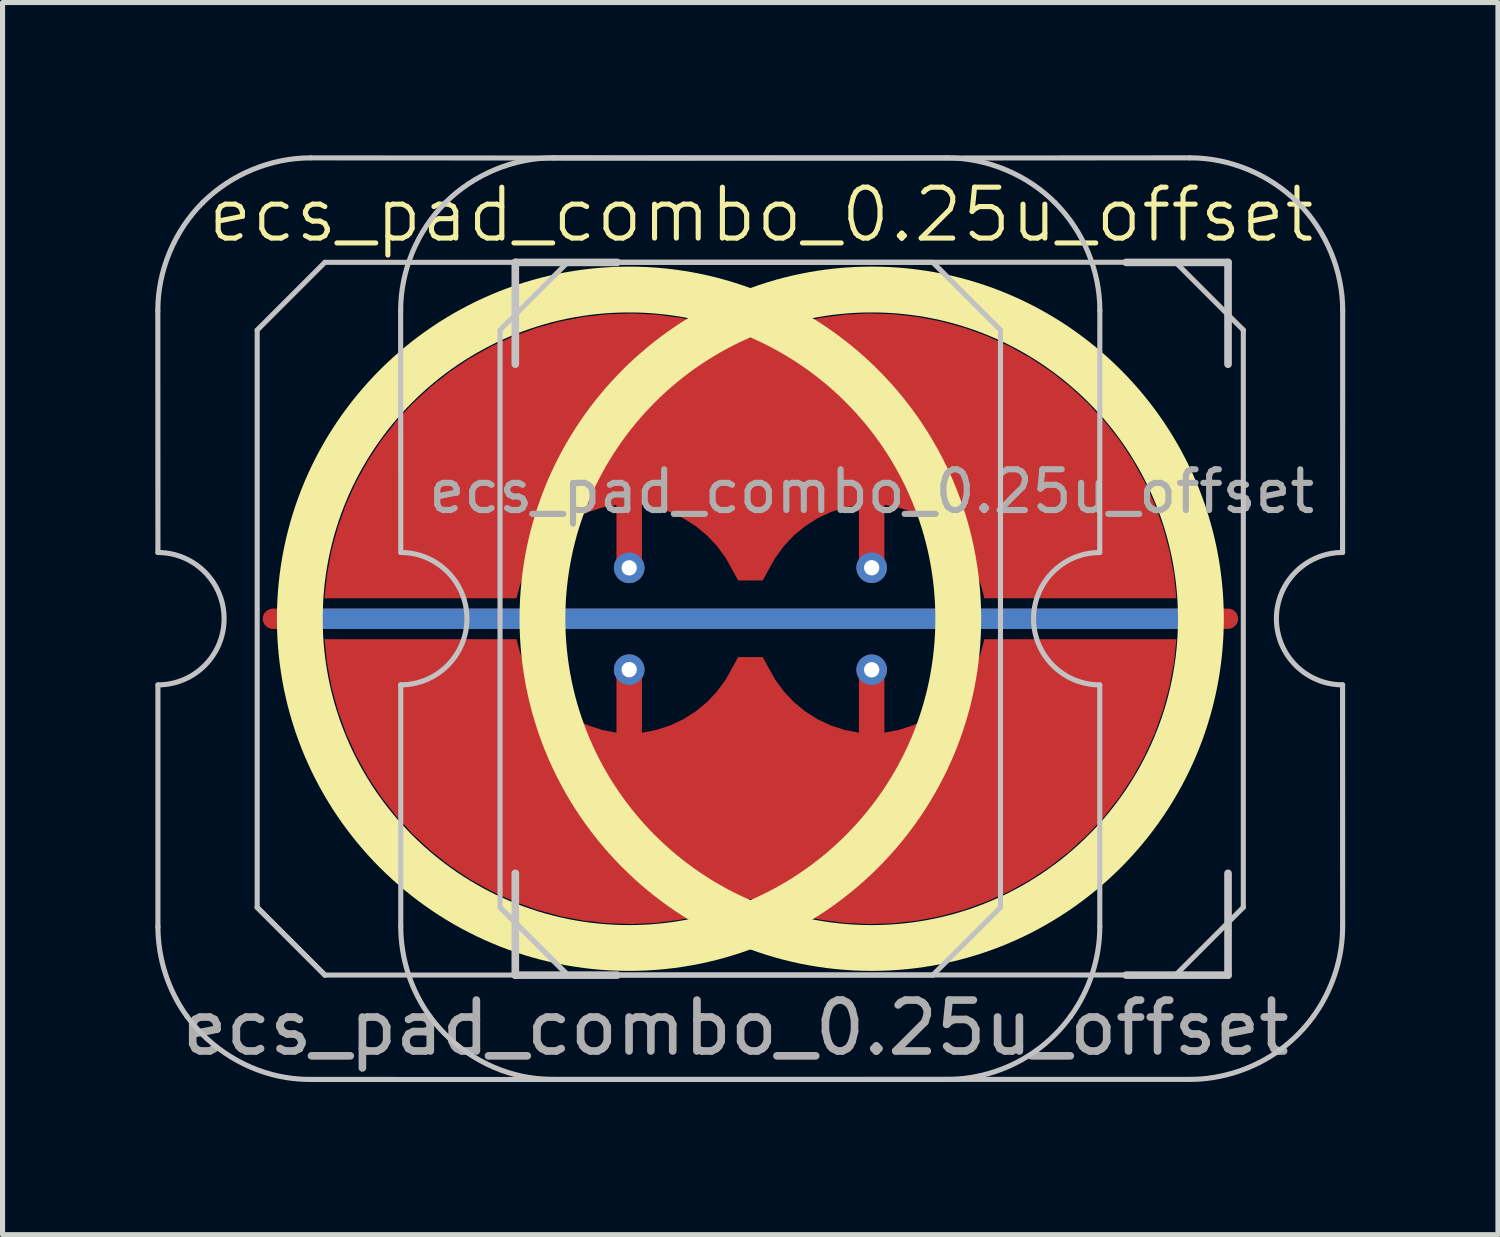
<source format=kicad_pcb>
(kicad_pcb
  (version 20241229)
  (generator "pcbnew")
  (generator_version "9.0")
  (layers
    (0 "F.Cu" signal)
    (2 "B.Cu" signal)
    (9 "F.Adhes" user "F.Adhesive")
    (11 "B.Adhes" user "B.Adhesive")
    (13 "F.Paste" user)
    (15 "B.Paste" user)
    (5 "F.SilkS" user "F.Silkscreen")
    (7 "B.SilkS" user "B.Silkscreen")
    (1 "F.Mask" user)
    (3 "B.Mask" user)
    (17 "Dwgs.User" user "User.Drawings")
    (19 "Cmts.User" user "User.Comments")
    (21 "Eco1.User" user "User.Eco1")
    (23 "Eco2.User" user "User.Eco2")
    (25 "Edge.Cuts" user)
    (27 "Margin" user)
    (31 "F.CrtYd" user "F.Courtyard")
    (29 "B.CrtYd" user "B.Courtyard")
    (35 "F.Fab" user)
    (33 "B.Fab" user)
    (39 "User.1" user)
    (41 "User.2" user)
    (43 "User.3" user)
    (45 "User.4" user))
  (footprint "ecs_pad_combo_0.25u_offset"
    (layer "F.Cu")
    (at 14.072 9.104)
    (property "Reference" "ecs_pad_combo_0.25u_offset" (at -2.17 -7.935 0) (unlocked yes) (layer "F.SilkS") (effects (font (size 1 1) (thickness 0.1))))
    (attr smd)
    (fp_circle (center -4.766 0) (end 1.701 0) (stroke (width 0.9) (type solid)) (fill no) (layer "F.SilkS"))
    (fp_circle (center 0 0) (end 6.467 0) (stroke (width 0.9) (type solid)) (fill no) (layer "F.SilkS"))
    (fp_line (start -14.022 -6.052) (end -14.02 -1.301) (stroke (width 0.1) (type solid)) (layer "Dwgs.User"))
    (fp_line (start -14.02 1.299) (end -14.02 6.048) (stroke (width 0.1) (type solid)) (layer "Dwgs.User"))
    (fp_line (start -12.07 -5.671) (end -10.74 -7.001) (stroke (width 0.1) (type solid)) (layer "Dwgs.User"))
    (fp_line (start -12.07 5.669) (end -12.07 -5.671) (stroke (width 0.1) (type solid)) (layer "Dwgs.User"))
    (fp_line (start -12.07 5.669) (end -10.74 6.999) (stroke (width 0.1) (type solid)) (layer "Dwgs.User"))
    (fp_line (start -10.74 -7.001) (end 1.2 -7.001) (stroke (width 0.1) (type solid)) (layer "Dwgs.User"))
    (fp_line (start -10.74 6.999) (end -12.07 5.669) (stroke (width 0.1) (type solid)) (layer "Dwgs.User"))
    (fp_line (start -9.252 -6.052) (end -9.25 -1.302) (stroke (width 0.1) (type solid)) (layer "Dwgs.User"))
    (fp_line (start -9.25 1.298) (end -9.25 6.047) (stroke (width 0.1) (type solid)) (layer "Dwgs.User"))
    (fp_line (start -7.3 -5.672) (end -5.97 -7.002) (stroke (width 0.1) (type solid)) (layer "Dwgs.User"))
    (fp_line (start -7.3 5.668) (end -7.3 -5.672) (stroke (width 0.1) (type solid)) (layer "Dwgs.User"))
    (fp_line (start -7.3 5.668) (end -5.97 6.998) (stroke (width 0.1) (type solid)) (layer "Dwgs.User"))
    (fp_line (start -7 -7) (end -7 -5) (stroke (width 0.15) (type solid)) (layer "Dwgs.User"))
    (fp_line (start -7 5) (end -7 7) (stroke (width 0.15) (type solid)) (layer "Dwgs.User"))
    (fp_line (start -7 7) (end -5 7) (stroke (width 0.15) (type solid)) (layer "Dwgs.User"))
    (fp_line (start -5.97 -7.002) (end 5.97 -7.002) (stroke (width 0.1) (type solid)) (layer "Dwgs.User"))
    (fp_line (start -5.97 6.998) (end -7.3 5.668) (stroke (width 0.1) (type solid)) (layer "Dwgs.User"))
    (fp_line (start -5 -7) (end -7 -7) (stroke (width 0.15) (type solid)) (layer "Dwgs.User"))
    (fp_line (start 1.2 -7.001) (end 2.53 -5.671) (stroke (width 0.1) (type solid)) (layer "Dwgs.User"))
    (fp_line (start 1.2 6.999) (end -10.74 6.999) (stroke (width 0.1) (type solid)) (layer "Dwgs.User"))
    (fp_line (start 2.53 -5.671) (end 2.53 5.669) (stroke (width 0.1) (type solid)) (layer "Dwgs.User"))
    (fp_line (start 2.53 5.669) (end 1.2 6.999) (stroke (width 0.1) (type solid)) (layer "Dwgs.User"))
    (fp_line (start 4.48 1.299) (end 4.481 6.048) (stroke (width 0.1) (type solid)) (layer "Dwgs.User"))
    (fp_line (start 4.482 -6.052) (end 4.48 -1.301) (stroke (width 0.1) (type solid)) (layer "Dwgs.User"))
    (fp_line (start 5 -7) (end 7 -7) (stroke (width 0.15) (type solid)) (layer "Dwgs.User"))
    (fp_line (start 5 7) (end 7 7) (stroke (width 0.15) (type solid)) (layer "Dwgs.User"))
    (fp_line (start 5.97 -7.002) (end 7.3 -5.672) (stroke (width 0.1) (type solid)) (layer "Dwgs.User"))
    (fp_line (start 5.97 6.998) (end -5.97 6.998) (stroke (width 0.1) (type solid)) (layer "Dwgs.User"))
    (fp_line (start 7 -7) (end 7 -5) (stroke (width 0.15) (type solid)) (layer "Dwgs.User"))
    (fp_line (start 7 7) (end 7 5) (stroke (width 0.15) (type solid)) (layer "Dwgs.User"))
    (fp_line (start 7.3 -5.672) (end 7.3 5.668) (stroke (width 0.1) (type solid)) (layer "Dwgs.User"))
    (fp_line (start 7.3 5.668) (end 5.97 6.998) (stroke (width 0.1) (type solid)) (layer "Dwgs.User"))
    (fp_line (start 9.25 1.298) (end 9.251 6.047) (stroke (width 0.1) (type solid)) (layer "Dwgs.User"))
    (fp_line (start 9.252 -6.052) (end 9.25 -1.302) (stroke (width 0.1) (type solid)) (layer "Dwgs.User"))
    (fp_arc (start -14.020059 -1.301143) (mid -12.720059 -0.001143) (end -14.020059 1.298857) (stroke (width 0.1) (type solid)) (layer "Dwgs.User"))
    (fp_arc (start -9.25 -1.302) (mid -7.95 -0.002) (end -9.25 1.298) (stroke (width 0.1) (type solid)) (layer "Dwgs.User"))
    (fp_arc (start 4.479941 1.298857) (mid 3.17994 -0.001143) (end 4.479941 -1.301143) (stroke (width 0.1) (type solid)) (layer "Dwgs.User"))
    (fp_arc (start 9.25 1.298) (mid 7.95 -0.002) (end 9.25 -1.302) (stroke (width 0.1) (type solid)) (layer "Dwgs.User"))
    (fp_curve (pts (xy -14.02 6.048) (xy -14.02 6.676) (xy -13.816 7.305) (xy -13.447 7.813)) (stroke (width 0.1) (type solid)) (layer "Dwgs.User"))
    (fp_curve (pts (xy -13.447 7.813) (xy -12.986 8.447) (xy -12.266 8.892) (xy -11.49 9.013)) (stroke (width 0.1) (type solid)) (layer "Dwgs.User"))
    (fp_curve (pts (xy -13.142 -8.173) (xy -13.696 -7.619) (xy -14.024 -6.837) (xy -14.022 -6.052)) (stroke (width 0.1) (type solid)) (layer "Dwgs.User"))
    (fp_curve (pts (xy -11.49 9.013) (xy -11.334 9.038) (xy -11.177 9.049) (xy -11.02 9.049)) (stroke (width 0.1) (type solid)) (layer "Dwgs.User"))
    (fp_curve (pts (xy -11.02 9.049) (xy -6.888 9.051) (xy -2.653 9.049) (xy 1.48 9.049)) (stroke (width 0.1) (type solid)) (layer "Dwgs.User"))
    (fp_curve (pts (xy -11.02 -9.053) (xy -11.805 -9.054) (xy -12.587 -8.727) (xy -13.142 -8.173)) (stroke (width 0.1) (type solid)) (layer "Dwgs.User"))
    (fp_curve (pts (xy -9.25 6.047) (xy -9.25 6.675) (xy -9.046 7.305) (xy -8.677 7.812)) (stroke (width 0.1) (type solid)) (layer "Dwgs.User"))
    (fp_curve (pts (xy -8.677 7.812) (xy -8.215 8.447) (xy -7.496 8.891) (xy -6.72 9.013)) (stroke (width 0.1) (type solid)) (layer "Dwgs.User"))
    (fp_curve (pts (xy -8.372 -8.174) (xy -8.926 -7.62) (xy -9.254 -6.838) (xy -9.252 -6.052)) (stroke (width 0.1) (type solid)) (layer "Dwgs.User"))
    (fp_curve (pts (xy -6.72 9.013) (xy -6.564 9.037) (xy -6.407 9.048) (xy -6.25 9.048)) (stroke (width 0.1) (type solid)) (layer "Dwgs.User"))
    (fp_curve (pts (xy -6.25 9.048) (xy -2.118 9.05) (xy 2.117 9.048) (xy 6.25 9.048)) (stroke (width 0.1) (type solid)) (layer "Dwgs.User"))
    (fp_curve (pts (xy -6.25 -9.054) (xy -7.035 -9.055) (xy -7.817 -8.728) (xy -8.372 -8.174)) (stroke (width 0.1) (type solid)) (layer "Dwgs.User"))
    (fp_curve (pts (xy 1.48 -9.053) (xy -2.654 -9.048) (xy -6.886 -9.048) (xy -11.02 -9.053)) (stroke (width 0.1) (type solid)) (layer "Dwgs.User"))
    (fp_curve (pts (xy 1.48 9.049) (xy 2.108 9.049) (xy 2.734 8.843) (xy 3.243 8.475)) (stroke (width 0.1) (type solid)) (layer "Dwgs.User"))
    (fp_curve (pts (xy 3.243 8.475) (xy 3.497 8.29) (xy 3.722 8.065) (xy 3.906 7.811)) (stroke (width 0.1) (type solid)) (layer "Dwgs.User"))
    (fp_curve (pts (xy 3.601 -8.173) (xy 3.047 -8.727) (xy 2.265 -9.054) (xy 1.48 -9.053)) (stroke (width 0.1) (type solid)) (layer "Dwgs.User"))
    (fp_curve (pts (xy 3.906 7.811) (xy 4.275 7.302) (xy 4.481 6.677) (xy 4.481 6.048)) (stroke (width 0.1) (type solid)) (layer "Dwgs.User"))
    (fp_curve (pts (xy 4.482 -6.052) (xy 4.484 -6.837) (xy 4.156 -7.619) (xy 3.601 -8.173)) (stroke (width 0.1) (type solid)) (layer "Dwgs.User"))
    (fp_curve (pts (xy 6.25 -9.054) (xy 2.116 -9.048) (xy -2.116 -9.048) (xy -6.25 -9.054)) (stroke (width 0.1) (type solid)) (layer "Dwgs.User"))
    (fp_curve (pts (xy 6.25 9.048) (xy 6.878 9.048) (xy 7.504 8.842) (xy 8.013 8.474)) (stroke (width 0.1) (type solid)) (layer "Dwgs.User"))
    (fp_curve (pts (xy 8.013 8.474) (xy 8.267 8.289) (xy 8.492 8.064) (xy 8.676 7.81)) (stroke (width 0.1) (type solid)) (layer "Dwgs.User"))
    (fp_curve (pts (xy 8.372 -8.174) (xy 7.817 -8.728) (xy 7.035 -9.055) (xy 6.25 -9.054)) (stroke (width 0.1) (type solid)) (layer "Dwgs.User"))
    (fp_curve (pts (xy 8.676 7.81) (xy 9.045 7.301) (xy 9.251 6.676) (xy 9.251 6.047)) (stroke (width 0.1) (type solid)) (layer "Dwgs.User"))
    (fp_curve (pts (xy 9.252 -6.052) (xy 9.254 -6.838) (xy 8.926 -7.62) (xy 8.372 -8.174)) (stroke (width 0.1) (type solid)) (layer "Dwgs.User"))
    (fp_circle (center -4.763 0) (end -3.763 0) (stroke (width 0.1) (type default)) (fill no) (layer "Eco1.User"))
    (fp_circle (center 0 0) (end 1 0) (stroke (width 0.1) (type default)) (fill no) (layer "Eco1.User"))
    (fp_text user "${REFERENCE}" (at 0 -2.5 0) (layer "F.Fab") (effects (font (size 0.8 0.8) (thickness 0.12))))
    (fp_text user "${REFERENCE}" (at -2.67 8.035 0) (unlocked yes) (layer "F.Fab") (effects (font (size 1 1) (thickness 0.15))))
    (pad "1" thru_hole circle (at -4.763 -1) (size 0.6 0.6) (drill 0.3) (layers "*.Cu"))
    (pad "1" smd custom (at 0 -1.002 180) (size 0.169 0.169) (layers "F.Cu") (options (anchor circle)) (primitives (gr_poly (pts (xy -0.231 -0.096) (xy -0.177 -0.177) (xy -0.096 -0.231) (xy 0 -0.25) (xy 0.096 -0.231) (xy 0.177 -0.177) (xy 0.231 -0.096) (xy 0.25 0) (xy 0.25 1.236) (xy 0.532 1.182) (xy 0.805 1.093) (xy 1.064 0.971) (xy 1.307 0.817) (xy 1.528 0.635) (xy 1.725 0.426) (xy 1.894 0.194) (xy 2.034 -0.056) (xy 2.141 -0.25) (xy 2.214 -0.25) (xy 2.549 -0.25) (xy 2.622 -0.25) (xy 2.729 -0.056) (xy 2.868 0.194) (xy 3.038 0.426) (xy 3.235 0.635) (xy 3.456 0.817) (xy 3.698 0.971) (xy 3.958 1.093) (xy 4.231 1.182) (xy 4.512 1.236) (xy 4.512 0) (xy 4.532 -0.096) (xy 4.586 -0.177) (xy 4.667 -0.231) (xy 4.763 -0.25) (xy 4.858 -0.231) (xy 4.939 -0.177) (xy 4.993 -0.096) (xy 5.013 0) (xy 5.013 1.236) (xy 5.294 1.182) (xy 5.567 1.093) (xy 5.827 0.971) (xy 6.069 0.817) (xy 6.29 0.635) (xy 6.487 0.426) (xy 6.657 0.194) (xy 6.796 -0.056) (xy 6.903 -0.323) (xy 6.976 -0.6) (xy 10.748 -0.6) (xy 10.697 -0.125) (xy 10.609 0.344) (xy 10.483 0.805) (xy 10.321 1.255) (xy 10.123 1.69) (xy 9.892 2.108) (xy 9.628 2.506) (xy 9.333 2.882) (xy 9.01 3.233) (xy 8.659 3.557) (xy 8.284 3.853) (xy 7.886 4.118) (xy 7.469 4.35) (xy 7.034 4.548) (xy 6.585 4.711) (xy 6.125 4.838) (xy 5.655 4.928) (xy 5.18 4.98) (xy 4.703 4.995) (xy 4.226 4.971) (xy 3.752 4.909) (xy 3.285 4.81) (xy 2.827 4.674) (xy 2.381 4.502) (xy 1.936 4.674) (xy 1.478 4.81) (xy 1.01 4.909) (xy 0.537 4.971) (xy 0.06 4.995) (xy -0.418 4.98) (xy -0.893 4.928) (xy -1.362 4.838) (xy -1.823 4.711) (xy -2.272 4.548) (xy -2.706 4.35) (xy -3.124 4.118) (xy -3.521 3.853) (xy -3.897 3.557) (xy -4.247 3.233) (xy -4.571 2.882) (xy -4.866 2.506) (xy -5.129 2.108) (xy -5.361 1.69) (xy -5.558 1.255) (xy -5.72 0.805) (xy -5.846 0.344) (xy -5.935 -0.125) (xy -5.986 -0.6) (xy -2.214 -0.6) (xy -2.141 -0.323) (xy -2.034 -0.056) (xy -1.894 0.194) (xy -1.725 0.426) (xy -1.528 0.635) (xy -1.307 0.817) (xy -1.064 0.971) (xy -0.805 1.093) (xy -0.532 1.182) (xy -0.25 1.236) (xy -0.25 0)) (width 0) (fill yes))))
    (pad "1" thru_hole circle (at 0 -1.002) (size 0.6 0.6) (drill 0.3) (layers "*.Cu"))
    (pad "2" thru_hole circle (at -4.763 1) (size 0.6 0.6) (drill 0.3) (layers "*.Cu"))
    (pad "2" smd custom (at 0 1.002) (size 0.169 0.169) (layers "F.Cu") (options (anchor circle)) (primitives (gr_poly (pts (xy 0.231 -0.096) (xy 0.177 -0.177) (xy 0.096 -0.231) (xy 0 -0.25) (xy -0.096 -0.231) (xy -0.177 -0.177) (xy -0.231 -0.096) (xy -0.25 0) (xy -0.25 1.236) (xy -0.532 1.182) (xy -0.805 1.093) (xy -1.064 0.971) (xy -1.307 0.817) (xy -1.528 0.635) (xy -1.725 0.426) (xy -1.894 0.194) (xy -2.034 -0.056) (xy -2.141 -0.25) (xy -2.214 -0.25) (xy -2.549 -0.25) (xy -2.622 -0.25) (xy -2.729 -0.056) (xy -2.868 0.194) (xy -3.038 0.426) (xy -3.235 0.635) (xy -3.456 0.817) (xy -3.698 0.971) (xy -3.958 1.093) (xy -4.231 1.182) (xy -4.512 1.236) (xy -4.512 0) (xy -4.532 -0.096) (xy -4.586 -0.177) (xy -4.667 -0.231) (xy -4.763 -0.25) (xy -4.858 -0.231) (xy -4.939 -0.177) (xy -4.993 -0.096) (xy -5.013 0) (xy -5.013 1.236) (xy -5.294 1.182) (xy -5.567 1.093) (xy -5.827 0.971) (xy -6.069 0.817) (xy -6.29 0.635) (xy -6.487 0.426) (xy -6.657 0.194) (xy -6.796 -0.056) (xy -6.903 -0.323) (xy -6.976 -0.6) (xy -10.748 -0.6) (xy -10.697 -0.125) (xy -10.609 0.344) (xy -10.483 0.805) (xy -10.321 1.255) (xy -10.123 1.69) (xy -9.892 2.108) (xy -9.628 2.506) (xy -9.333 2.882) (xy -9.01 3.233) (xy -8.659 3.557) (xy -8.284 3.853) (xy -7.886 4.118) (xy -7.469 4.35) (xy -7.034 4.548) (xy -6.585 4.711) (xy -6.125 4.838) (xy -5.655 4.928) (xy -5.18 4.98) (xy -4.703 4.995) (xy -4.226 4.971) (xy -3.752 4.909) (xy -3.285 4.81) (xy -2.827 4.674) (xy -2.381 4.502) (xy -1.936 4.674) (xy -1.478 4.81) (xy -1.01 4.909) (xy -0.537 4.971) (xy -0.06 4.995) (xy 0.418 4.98) (xy 0.893 4.928) (xy 1.362 4.838) (xy 1.823 4.711) (xy 2.272 4.548) (xy 2.706 4.35) (xy 3.124 4.118) (xy 3.521 3.853) (xy 3.897 3.557) (xy 4.247 3.233) (xy 4.571 2.882) (xy 4.866 2.506) (xy 5.129 2.108) (xy 5.361 1.69) (xy 5.558 1.255) (xy 5.72 0.805) (xy 5.846 0.344) (xy 5.935 -0.125) (xy 5.986 -0.6) (xy 2.214 -0.6) (xy 2.141 -0.323) (xy 2.034 -0.056) (xy 1.894 0.194) (xy 1.725 0.426) (xy 1.528 0.635) (xy 1.307 0.817) (xy 1.064 0.971) (xy 0.805 1.093) (xy 0.532 1.182) (xy 0.25 1.236) (xy 0.25 0)) (width 0) (fill yes))))
    (pad "2" thru_hole circle (at 0 1.002) (size 0.6 0.6) (drill 0.3) (layers "*.Cu"))
    (pad "3" smd custom (at 0 0 90) (size 0.4 0.4) (layers "F.Cu") (options (anchor rect)) (primitives (gr_line (start 0 -11.763) (end 0 7) (width 0.4))))
    (pad "3" smd custom (at 0 0 90) (size 0.4 0.4) (layers "B.Cu") (options (anchor rect)) (primitives (gr_line (start 0 -11.263) (end 0 6.5) (width 0.4))))
    (zone (net_name "") (layer "F.Cu") (hatch edge 0.508) (connect_pads) (min_thickness 0.254) (filled_areas_thickness no) (keepout (tracks allowed) (vias allowed) (pads allowed) (copperpour not_allowed) (footprints allowed)) (placement (enabled no)) (fill) (polygon (pts (xy 9.309 16.109) (xy 9.822 16.09) (xy 10.332 16.033) (xy 10.837 15.94) (xy 11.334 15.81) (xy 11.819 15.643) (xy 12.291 15.442) (xy 12.748 15.206) (xy 13.185 14.938) (xy 13.602 14.639) (xy 13.996 14.309) (xy 14.365 13.952) (xy 14.706 13.569) (xy 15.019 13.162) (xy 15.301 12.732) (xy 15.55 12.284) (xy 15.766 11.818) (xy 15.948 11.338) (xy 16.094 10.846) (xy 16.203 10.344) (xy 16.275 9.836) (xy 16.31 9.324) (xy 16.308 8.81) (xy 16.267 8.299) (xy 16.19 7.791) (xy 16.075 7.291) (xy 15.924 6.8) (xy 15.738 6.322) (xy 15.517 5.858) (xy 15.262 5.412) (xy 14.976 4.986) (xy 14.659 4.582) (xy 14.314 4.203) (xy 13.941 3.849) (xy 13.544 3.524) (xy 13.124 3.229) (xy 12.684 2.965) (xy 12.225 2.735) (xy 11.751 2.538) (xy 11.263 2.377) (xy 10.765 2.252) (xy 10.26 2.164) (xy 9.749 2.113) (xy 9.236 2.099) (xy 8.723 2.123) (xy 8.213 2.185) (xy 7.709 2.284) (xy 7.214 2.419) (xy 6.73 2.591) (xy 6.26 2.797) (xy 5.806 3.037) (xy 5.372 3.31) (xy 4.958 3.614) (xy 4.567 3.947) (xy 4.203 4.309) (xy 3.865 4.695) (xy 3.557 5.106) (xy 3.279 5.538) (xy 3.034 5.989) (xy 2.823 6.457) (xy 2.647 6.939) (xy 2.506 7.433) (xy 2.402 7.936) (xy 2.335 8.444) (xy 2.306 8.957) (xy 2.314 9.47) (xy 2.359 9.982) (xy 2.442 10.488) (xy 2.562 10.987) (xy 2.718 11.477) (xy 2.91 11.953) (xy 3.135 12.414) (xy 3.394 12.857) (xy 3.685 13.28) (xy 4.006 13.681) (xy 4.356 14.057) (xy 4.732 14.406) (xy 5.132 14.727) (xy 5.555 15.018) (xy 5.999 15.277) (xy 6.46 15.503) (xy 6.936 15.694) (xy 7.425 15.851) (xy 7.924 15.97) (xy 8.431 16.053) (xy 8.942 16.099))))
    (zone (net_name "") (layer "F.Cu") (hatch edge 0.508) (connect_pads) (min_thickness 0.254) (filled_areas_thickness no) (keepout (tracks allowed) (vias allowed) (pads allowed) (copperpour not_allowed) (footprints allowed)) (placement (enabled no)) (fill) (polygon (pts (xy 14.072 2.097) (xy 13.559 2.116) (xy 13.049 2.172) (xy 12.544 2.266) (xy 12.047 2.396) (xy 11.562 2.562) (xy 11.089 2.763) (xy 10.633 2.999) (xy 10.195 3.267) (xy 9.779 3.567) (xy 9.385 3.896) (xy 9.016 4.253) (xy 8.675 4.637) (xy 8.362 5.044) (xy 8.08 5.473) (xy 7.83 5.922) (xy 7.614 6.387) (xy 7.433 6.867) (xy 7.287 7.36) (xy 7.178 7.861) (xy 7.105 8.37) (xy 7.07 8.882) (xy 7.073 9.395) (xy 7.113 9.907) (xy 7.191 10.414) (xy 7.306 10.915) (xy 7.457 11.405) (xy 7.643 11.884) (xy 7.864 12.347) (xy 8.118 12.793) (xy 8.405 13.219) (xy 8.722 13.623) (xy 9.067 14.003) (xy 9.439 14.356) (xy 9.837 14.681) (xy 10.257 14.977) (xy 10.697 15.24) (xy 11.156 15.471) (xy 11.63 15.667) (xy 12.118 15.828) (xy 12.615 15.954) (xy 13.121 16.042) (xy 13.632 16.093) (xy 14.145 16.106) (xy 14.658 16.082) (xy 15.168 16.02) (xy 15.671 15.922) (xy 16.167 15.786) (xy 16.651 15.615) (xy 17.121 15.408) (xy 17.574 15.168) (xy 18.009 14.895) (xy 18.423 14.591) (xy 18.813 14.258) (xy 19.178 13.897) (xy 19.516 13.51) (xy 19.824 13.1) (xy 20.101 12.668) (xy 20.346 12.216) (xy 20.558 11.748) (xy 20.734 11.266) (xy 20.875 10.773) (xy 20.979 10.27) (xy 21.046 9.761) (xy 21.075 9.248) (xy 21.067 8.735) (xy 21.022 8.224) (xy 20.939 7.717) (xy 20.819 7.218) (xy 20.663 6.729) (xy 20.471 6.253) (xy 20.245 5.792) (xy 19.986 5.348) (xy 19.696 4.925) (xy 19.375 4.525) (xy 19.025 4.148) (xy 18.649 3.799) (xy 18.248 3.478) (xy 17.825 3.187) (xy 17.382 2.928) (xy 16.921 2.702) (xy 16.445 2.511) (xy 15.956 2.355) (xy 15.456 2.235) (xy 14.95 2.152) (xy 14.438 2.106))))
    (zone (net_name "") (layer "B.Cu") (hatch edge 0.508) (connect_pads) (min_thickness 0.254) (filled_areas_thickness no) (keepout (tracks allowed) (vias allowed) (pads allowed) (copperpour not_allowed) (footprints allowed)) (placement (enabled no)) (fill) (polygon (pts (xy 9.309 15.662) (xy 9.823 15.642) (xy 10.335 15.581) (xy 10.84 15.481) (xy 11.335 15.341) (xy 11.819 15.163) (xy 12.286 14.947) (xy 12.736 14.696) (xy 13.164 14.409) (xy 13.568 14.091) (xy 13.946 13.741) (xy 14.296 13.363) (xy 14.615 12.959) (xy 14.901 12.53) (xy 15.152 12.081) (xy 15.368 11.613) (xy 15.546 11.13) (xy 15.686 10.635) (xy 15.786 10.13) (xy 15.847 9.618) (xy 15.867 9.104) (xy 15.847 8.589) (xy 15.786 8.078) (xy 15.686 7.573) (xy 15.546 7.077) (xy 15.368 6.594) (xy 15.152 6.126) (xy 14.901 5.677) (xy 14.615 5.249) (xy 14.296 4.844) (xy 13.946 4.466) (xy 13.568 4.117) (xy 13.164 3.798) (xy 12.736 3.512) (xy 12.286 3.26) (xy 11.819 3.045) (xy 11.335 2.866) (xy 10.84 2.727) (xy 10.335 2.626) (xy 9.823 2.566) (xy 9.309 2.545) (xy 8.794 2.566) (xy 8.283 2.626) (xy 7.778 2.727) (xy 7.282 2.866) (xy 6.799 3.045) (xy 6.331 3.26) (xy 5.882 3.512) (xy 5.454 3.798) (xy 5.05 4.117) (xy 4.671 4.466) (xy 4.322 4.844) (xy 4.003 5.249) (xy 3.717 5.677) (xy 3.465 6.126) (xy 3.25 6.594) (xy 3.072 7.077) (xy 2.932 7.573) (xy 2.831 8.078) (xy 2.771 8.589) (xy 2.751 9.104) (xy 2.771 9.618) (xy 2.831 10.13) (xy 2.932 10.635) (xy 3.072 11.13) (xy 3.25 11.613) (xy 3.465 12.081) (xy 3.717 12.53) (xy 4.003 12.959) (xy 4.322 13.363) (xy 4.671 13.741) (xy 5.05 14.091) (xy 5.454 14.409) (xy 5.882 14.696) (xy 6.331 14.947) (xy 6.799 15.163) (xy 7.282 15.341) (xy 7.778 15.481) (xy 8.283 15.581) (xy 8.794 15.642))))
    (zone (net_name "") (layer "B.Cu") (hatch edge 0.508) (connect_pads) (min_thickness 0.254) (filled_areas_thickness no) (keepout (tracks allowed) (vias allowed) (pads allowed) (copperpour not_allowed) (footprints allowed)) (placement (enabled no)) (fill) (polygon (pts (xy 14.072 2.543) (xy 13.557 2.564) (xy 13.046 2.624) (xy 12.541 2.725) (xy 12.045 2.864) (xy 11.562 3.043) (xy 11.094 3.258) (xy 10.645 3.51) (xy 10.217 3.796) (xy 9.813 4.115) (xy 9.434 4.464) (xy 9.085 4.842) (xy 8.766 5.247) (xy 8.48 5.675) (xy 8.228 6.124) (xy 8.013 6.592) (xy 7.835 7.075) (xy 7.695 7.571) (xy 7.594 8.076) (xy 7.534 8.587) (xy 7.514 9.102) (xy 7.534 9.616) (xy 7.594 10.128) (xy 7.695 10.633) (xy 7.835 11.128) (xy 8.013 11.611) (xy 8.228 12.079) (xy 8.48 12.528) (xy 8.766 12.957) (xy 9.085 13.361) (xy 9.434 13.739) (xy 9.813 14.089) (xy 10.217 14.407) (xy 10.645 14.694) (xy 11.094 14.945) (xy 11.562 15.161) (xy 12.045 15.339) (xy 12.541 15.479) (xy 13.046 15.579) (xy 13.557 15.64) (xy 14.072 15.66) (xy 14.586 15.64) (xy 15.098 15.579) (xy 15.603 15.479) (xy 16.098 15.339) (xy 16.582 15.161) (xy 17.049 14.945) (xy 17.499 14.694) (xy 17.927 14.407) (xy 18.331 14.089) (xy 18.709 13.739) (xy 19.059 13.361) (xy 19.378 12.957) (xy 19.664 12.528) (xy 19.915 12.079) (xy 20.131 11.611) (xy 20.309 11.128) (xy 20.449 10.633) (xy 20.549 10.128) (xy 20.61 9.616) (xy 20.63 9.102) (xy 20.61 8.587) (xy 20.549 8.076) (xy 20.449 7.571) (xy 20.309 7.075) (xy 20.131 6.592) (xy 19.915 6.124) (xy 19.664 5.675) (xy 19.378 5.247) (xy 19.059 4.842) (xy 18.709 4.464) (xy 18.331 4.115) (xy 17.927 3.796) (xy 17.499 3.51) (xy 17.049 3.258) (xy 16.582 3.043) (xy 16.098 2.864) (xy 15.603 2.725) (xy 15.098 2.624) (xy 14.586 2.564)))))
  (gr_rect
    (start -3 -3)
    (end 26.374 21.203)
    (stroke (width 0.1) (type default))
    (fill no)
    (layer "Edge.Cuts")))
</source>
